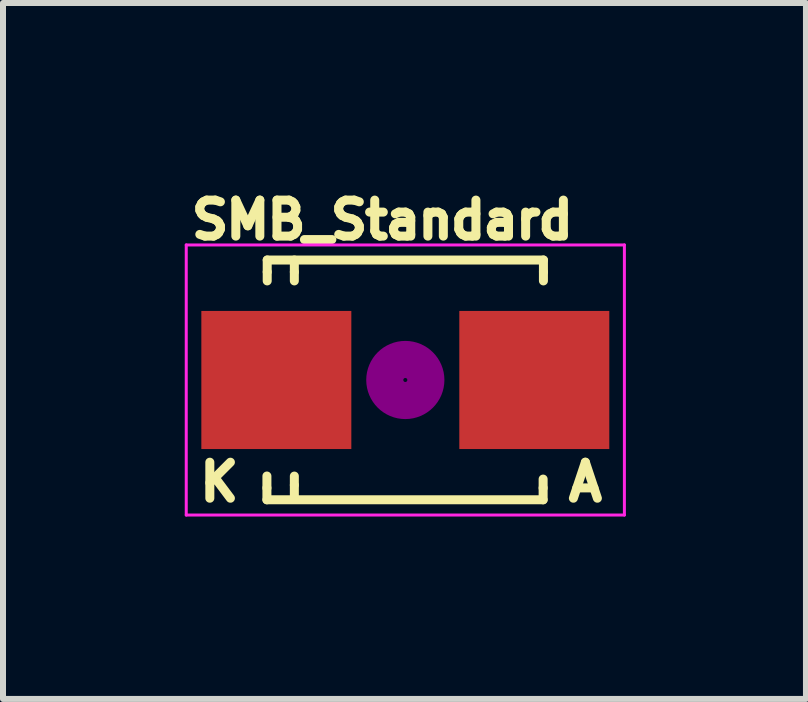
<source format=kicad_pcb>
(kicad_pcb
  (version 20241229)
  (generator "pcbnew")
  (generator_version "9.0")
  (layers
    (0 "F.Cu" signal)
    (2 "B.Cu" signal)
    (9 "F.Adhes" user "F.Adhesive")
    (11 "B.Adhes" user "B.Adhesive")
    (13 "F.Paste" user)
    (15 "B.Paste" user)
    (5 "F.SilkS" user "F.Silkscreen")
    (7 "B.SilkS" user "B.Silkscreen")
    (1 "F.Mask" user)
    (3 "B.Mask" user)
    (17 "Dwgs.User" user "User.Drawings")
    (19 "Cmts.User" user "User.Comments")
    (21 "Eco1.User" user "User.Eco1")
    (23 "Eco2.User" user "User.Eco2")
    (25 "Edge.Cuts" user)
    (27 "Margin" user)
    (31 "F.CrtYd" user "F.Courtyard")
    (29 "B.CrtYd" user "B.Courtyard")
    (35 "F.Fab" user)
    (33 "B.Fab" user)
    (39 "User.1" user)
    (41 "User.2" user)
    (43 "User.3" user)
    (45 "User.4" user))
  (footprint "SMB_Standard"
    (layer "F.Cu")
    (at 3.703 3.281)
    (property "Reference" "SMB_Standard" (at -0.381 -2.667 0) (layer "F.SilkS") (effects (font (size 0.6 0.6) (thickness 0.15))))
    (attr smd)
    (fp_line (start -2.306 1.8) (end -2.306 1.6) (stroke (width 0.15) (type solid)) (layer "F.SilkS"))
    (fp_line (start -2.306 1.996) (end -2.306 1.798) (stroke (width 0.15) (type solid)) (layer "F.SilkS"))
    (fp_line (start -2.306 1.996) (end 2.296 1.996) (stroke (width 0.15) (type solid)) (layer "F.SilkS"))
    (fp_line (start -2.301 -1.999) (end -2.301 -1.801) (stroke (width 0.15) (type solid)) (layer "F.SilkS"))
    (fp_line (start -2.301 -1.999) (end 2.301 -1.999) (stroke (width 0.15) (type solid)) (layer "F.SilkS"))
    (fp_line (start -2.301 -1.8) (end -2.301 -1.651) (stroke (width 0.15) (type solid)) (layer "F.SilkS"))
    (fp_line (start -1.849 -1.999) (end -1.849 -1.801) (stroke (width 0.15) (type solid)) (layer "F.SilkS"))
    (fp_line (start -1.849 -1.8) (end -1.849 -1.651) (stroke (width 0.15) (type solid)) (layer "F.SilkS"))
    (fp_line (start -1.849 1.75) (end -1.849 1.601) (stroke (width 0.15) (type solid)) (layer "F.SilkS"))
    (fp_line (start -1.849 1.949) (end -1.849 1.751) (stroke (width 0.15) (type solid)) (layer "F.SilkS"))
    (fp_line (start 2.296 1.8) (end 2.296 1.651) (stroke (width 0.15) (type solid)) (layer "F.SilkS"))
    (fp_line (start 2.296 1.996) (end 2.296 1.798) (stroke (width 0.15) (type solid)) (layer "F.SilkS"))
    (fp_line (start 2.301 -1.999) (end 2.301 -1.801) (stroke (width 0.15) (type solid)) (layer "F.SilkS"))
    (fp_line (start 2.301 -1.8) (end 2.301 -1.651) (stroke (width 0.15) (type solid)) (layer "F.SilkS"))
    (fp_circle (center 0 0) (end 0.201 0.099) (stroke (width 0.381) (type solid)) (fill no) (layer "F.Adhes"))
    (fp_circle (center 0 0) (end 0.45 0.099) (stroke (width 0.381) (type solid)) (fill no) (layer "F.Adhes"))
    (fp_line (start -3.65 -2.25) (end 3.65 -2.25) (stroke (width 0.05) (type solid)) (layer "F.CrtYd"))
    (fp_line (start -3.65 2.25) (end -3.65 -2.25) (stroke (width 0.05) (type solid)) (layer "F.CrtYd"))
    (fp_line (start 3.65 -2.25) (end 3.65 2.25) (stroke (width 0.05) (type solid)) (layer "F.CrtYd"))
    (fp_line (start 3.65 2.25) (end -3.65 2.25) (stroke (width 0.05) (type solid)) (layer "F.CrtYd"))
    (fp_text user "A" (at 3 1.7 0) (layer "F.SilkS") (effects (font (size 0.6 0.6) (thickness 0.15))))
    (fp_text user "K" (at -3.1 1.7 0) (layer "F.SilkS") (effects (font (size 0.6 0.6) (thickness 0.15))))
    (pad "1" smd rect (at -2.149 0) (size 2.499 2.301) (layers "F.Cu" "F.Mask" "F.Paste"))
    (pad "2" smd rect (at 2.149 0) (size 2.499 2.301) (layers "F.Cu" "F.Mask" "F.Paste")))
  (gr_rect
    (start -3 -3)
    (end 10.378 8.595)
    (stroke (width 0.1) (type default))
    (fill no)
    (layer "Edge.Cuts")))
</source>
